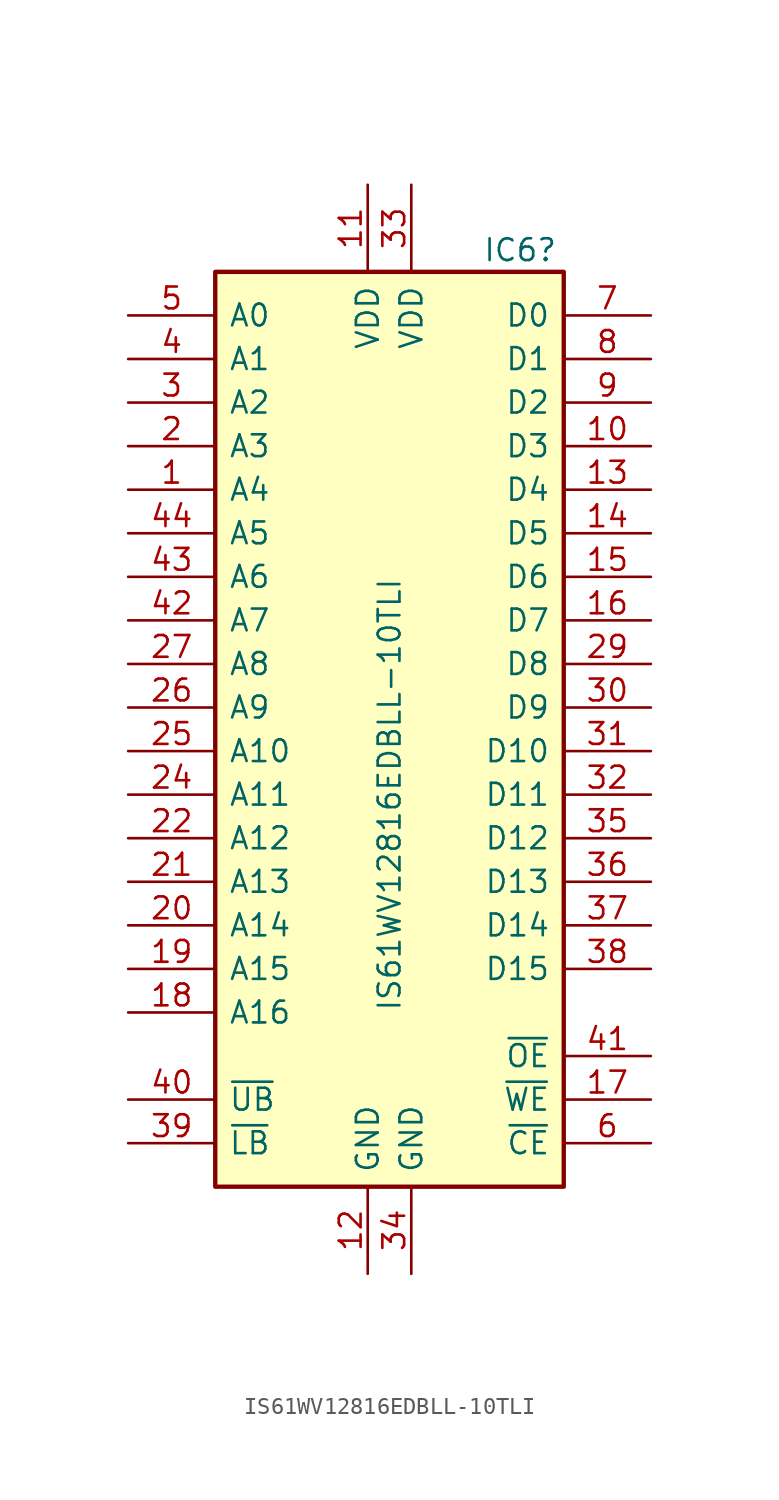
<source format=kicad_sym>
(kicad_symbol_lib
  (version 20220914)
  (generator kicad_symbol_editor)
  (symbol "IS61WV12816EDBLL-10TLI"
    (pin_names
      (offset 0.762))
    (property "Reference" "IC6"
      (at 7.62 27.94 0)
      (effects (font (size 1.27 1.27))))
    (property "Value" "IS61WV12816EDBLL-10TLI"
      (at 0 -3.81 90)
      (effects (font (size 1.27 1.27))))
    (symbol "IS61WV12816EDBLL-10TLI_1_0"
      (pin input line (at -15.24 13.97 0) (length 5.08) (name "A4" (effects (font (size 1.27 1.27)))) (number "1" (effects (font (size 1.27 1.27)))))
      (pin bidirectional line (at 15.24 16.51 180) (length 5.08) (name "D3" (effects (font (size 1.27 1.27)))) (number "10" (effects (font (size 1.27 1.27)))))
      (pin power_in line (at -1.27 31.75 270) (length 5.08) (name "VDD" (effects (font (size 1.27 1.27)))) (number "11" (effects (font (size 1.27 1.27)))))
      (pin power_in line (at -1.27 -31.75 90) (length 5.08) (name "GND" (effects (font (size 1.27 1.27)))) (number "12" (effects (font (size 1.27 1.27)))))
      (pin bidirectional line (at 15.24 13.97 180) (length 5.08) (name "D4" (effects (font (size 1.27 1.27)))) (number "13" (effects (font (size 1.27 1.27)))))
      (pin bidirectional line (at 15.24 11.43 180) (length 5.08) (name "D5" (effects (font (size 1.27 1.27)))) (number "14" (effects (font (size 1.27 1.27)))))
      (pin bidirectional line (at 15.24 8.89 180) (length 5.08) (name "D6" (effects (font (size 1.27 1.27)))) (number "15" (effects (font (size 1.27 1.27)))))
      (pin bidirectional line (at 15.24 6.35 180) (length 5.08) (name "D7" (effects (font (size 1.27 1.27)))) (number "16" (effects (font (size 1.27 1.27)))))
      (pin input line (at 15.24 -21.59 180) (length 5.08) (name "~{WE}" (effects (font (size 1.27 1.27)))) (number "17" (effects (font (size 1.27 1.27)))))
      (pin input line (at -15.24 -16.51 0) (length 5.08) (name "A16" (effects (font (size 1.27 1.27)))) (number "18" (effects (font (size 1.27 1.27)))))
      (pin input line (at -15.24 -13.97 0) (length 5.08) (name "A15" (effects (font (size 1.27 1.27)))) (number "19" (effects (font (size 1.27 1.27)))))
      (pin input line (at -15.24 16.51 0) (length 5.08) (name "A3" (effects (font (size 1.27 1.27)))) (number "2" (effects (font (size 1.27 1.27)))))
      (pin input line (at -15.24 -11.43 0) (length 5.08) (name "A14" (effects (font (size 1.27 1.27)))) (number "20" (effects (font (size 1.27 1.27)))))
      (pin input line (at -15.24 -8.89 0) (length 5.08) (name "A13" (effects (font (size 1.27 1.27)))) (number "21" (effects (font (size 1.27 1.27)))))
      (pin input line (at -15.24 -6.35 0) (length 5.08) (name "A12" (effects (font (size 1.27 1.27)))) (number "22" (effects (font (size 1.27 1.27)))))
      (pin input line (at -15.24 -3.81 0) (length 5.08) (name "A11" (effects (font (size 1.27 1.27)))) (number "24" (effects (font (size 1.27 1.27)))))
      (pin input line (at -15.24 -1.27 0) (length 5.08) (name "A10" (effects (font (size 1.27 1.27)))) (number "25" (effects (font (size 1.27 1.27)))))
      (pin input line (at -15.24 1.27 0) (length 5.08) (name "A9" (effects (font (size 1.27 1.27)))) (number "26" (effects (font (size 1.27 1.27)))))
      (pin input line (at -15.24 3.81 0) (length 5.08) (name "A8" (effects (font (size 1.27 1.27)))) (number "27" (effects (font (size 1.27 1.27)))))
      (pin bidirectional line (at 15.24 3.81 180) (length 5.08) (name "D8" (effects (font (size 1.27 1.27)))) (number "29" (effects (font (size 1.27 1.27)))))
      (pin input line (at -15.24 19.05 0) (length 5.08) (name "A2" (effects (font (size 1.27 1.27)))) (number "3" (effects (font (size 1.27 1.27)))))
      (pin bidirectional line (at 15.24 1.27 180) (length 5.08) (name "D9" (effects (font (size 1.27 1.27)))) (number "30" (effects (font (size 1.27 1.27)))))
      (pin bidirectional line (at 15.24 -1.27 180) (length 5.08) (name "D10" (effects (font (size 1.27 1.27)))) (number "31" (effects (font (size 1.27 1.27)))))
      (pin bidirectional line (at 15.24 -3.81 180) (length 5.08) (name "D11" (effects (font (size 1.27 1.27)))) (number "32" (effects (font (size 1.27 1.27)))))
      (pin power_in line (at 1.27 31.75 270) (length 5.08) (name "VDD" (effects (font (size 1.27 1.27)))) (number "33" (effects (font (size 1.27 1.27)))))
      (pin power_in line (at 1.27 -31.75 90) (length 5.08) (name "GND" (effects (font (size 1.27 1.27)))) (number "34" (effects (font (size 1.27 1.27)))))
      (pin bidirectional line (at 15.24 -6.35 180) (length 5.08) (name "D12" (effects (font (size 1.27 1.27)))) (number "35" (effects (font (size 1.27 1.27)))))
      (pin bidirectional line (at 15.24 -8.89 180) (length 5.08) (name "D13" (effects (font (size 1.27 1.27)))) (number "36" (effects (font (size 1.27 1.27)))))
      (pin bidirectional line (at 15.24 -11.43 180) (length 5.08) (name "D14" (effects (font (size 1.27 1.27)))) (number "37" (effects (font (size 1.27 1.27)))))
      (pin bidirectional line (at 15.24 -13.97 180) (length 5.08) (name "D15" (effects (font (size 1.27 1.27)))) (number "38" (effects (font (size 1.27 1.27)))))
      (pin input line (at -15.24 -24.13 0) (length 5.08) (name "~{LB}" (effects (font (size 1.27 1.27)))) (number "39" (effects (font (size 1.27 1.27)))))
      (pin input line (at -15.24 21.59 0) (length 5.08) (name "A1" (effects (font (size 1.27 1.27)))) (number "4" (effects (font (size 1.27 1.27)))))
      (pin input line (at -15.24 -21.59 0) (length 5.08) (name "~{UB}" (effects (font (size 1.27 1.27)))) (number "40" (effects (font (size 1.27 1.27)))))
      (pin input line (at 15.24 -19.05 180) (length 5.08) (name "~{OE}" (effects (font (size 1.27 1.27)))) (number "41" (effects (font (size 1.27 1.27)))))
      (pin input line (at -15.24 6.35 0) (length 5.08) (name "A7" (effects (font (size 1.27 1.27)))) (number "42" (effects (font (size 1.27 1.27)))))
      (pin input line (at -15.24 8.89 0) (length 5.08) (name "A6" (effects (font (size 1.27 1.27)))) (number "43" (effects (font (size 1.27 1.27)))))
      (pin input line (at -15.24 11.43 0) (length 5.08) (name "A5" (effects (font (size 1.27 1.27)))) (number "44" (effects (font (size 1.27 1.27)))))
      (pin input line (at -15.24 24.13 0) (length 5.08) (name "A0" (effects (font (size 1.27 1.27)))) (number "5" (effects (font (size 1.27 1.27)))))
      (pin input line (at 15.24 -24.13 180) (length 5.08) (name "~{CE}" (effects (font (size 1.27 1.27)))) (number "6" (effects (font (size 1.27 1.27)))))
      (pin bidirectional line (at 15.24 24.13 180) (length 5.08) (name "D0" (effects (font (size 1.27 1.27)))) (number "7" (effects (font (size 1.27 1.27)))))
      (pin bidirectional line (at 15.24 21.59 180) (length 5.08) (name "D1" (effects (font (size 1.27 1.27)))) (number "8" (effects (font (size 1.27 1.27)))))
      (pin passive line (at 15.24 19.05 180) (length 5.08) (name "D2" (effects (font (size 1.27 1.27)))) (number "9" (effects (font (size 1.27 1.27))))))
    (symbol "IS61WV12816EDBLL-10TLI_1_1"
      (polyline (pts (xy -10.16 26.67) (xy 10.16 26.67) (xy 10.16 -26.67) (xy -10.16 -26.67) (xy -10.16 26.67)) (stroke (width 0.254) (type solid)) (fill (type background)))
      (pin no_connect non_logic (at -3.81 26.67 90) (length 3.81) hide (name "NC" (effects (font (size 1.27 1.27)))) (number "23" (effects (font (size 1.016 1.016)))))
      (pin no_connect non_logic (at 3.81 26.67 90) (length 3.81) hide (name "NC" (effects (font (size 1.27 1.27)))) (number "28" (effects (font (size 1.016 1.016))))))))
</source>
